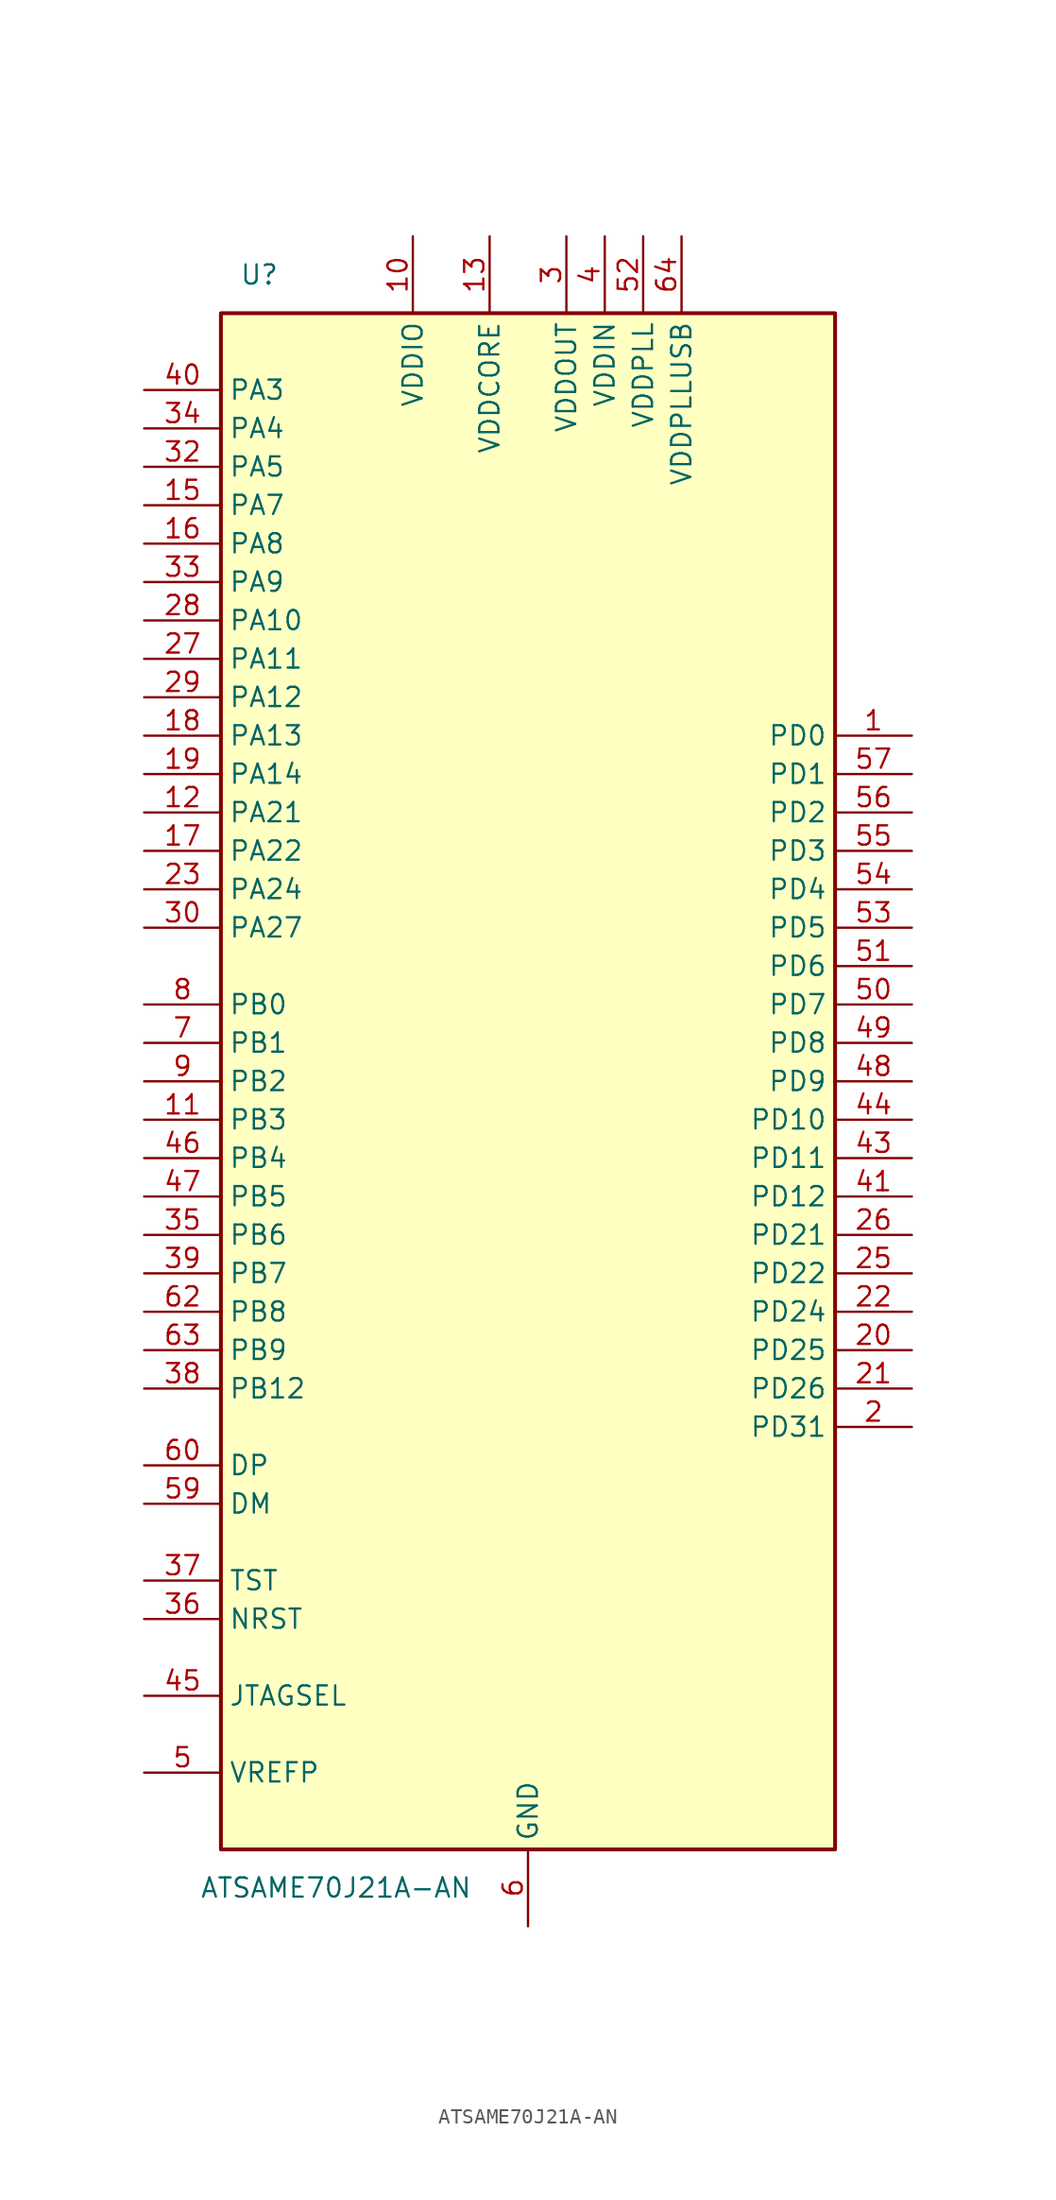
<source format=kicad_sym>
(kicad_symbol_lib
  (version 20241209)
  (generator "kicad_symbol_editor")
  (generator_version "9.0")
  (symbol "ATSAME70J21A-AN"
    (property "Reference" "U"
      (at -17.78 53.34 0)
      (effects (font (size 1.27 1.27))))
    (property "Value" "ATSAME70J21A-AN"
      (at -12.7 -53.34 0)
      (effects (font (size 1.27 1.27))))
    (symbol "ATSAME70J21A-AN_0_1"
      (rectangle (start -20.32 50.8) (end 20.32 -50.8) (stroke (width 0.254) (type default)) (fill (type background))))
    (symbol "ATSAME70J21A-AN_1_0"
      (pin power_in line (at 10.16 55.88 270) (length 5.08) (name "VDDPLLUSB" (effects (font (size 1.27 1.27)))) (number "64" (effects (font (size 1.27 1.27))))))
    (symbol "ATSAME70J21A-AN_1_1"
      (pin bidirectional line (at -25.4 45.72 0) (length 5.08) (name "PA3" (effects (font (size 1.27 1.27)))) (number "40" (effects (font (size 1.27 1.27)))))
      (pin bidirectional line (at -25.4 43.18 0) (length 5.08) (name "PA4" (effects (font (size 1.27 1.27)))) (number "34" (effects (font (size 1.27 1.27)))))
      (pin bidirectional line (at -25.4 40.64 0) (length 5.08) (name "PA5" (effects (font (size 1.27 1.27)))) (number "32" (effects (font (size 1.27 1.27)))))
      (pin bidirectional line (at -25.4 38.1 0) (length 5.08) (name "PA7" (effects (font (size 1.27 1.27)))) (number "15" (effects (font (size 1.27 1.27)))))
      (pin bidirectional line (at -25.4 35.56 0) (length 5.08) (name "PA8" (effects (font (size 1.27 1.27)))) (number "16" (effects (font (size 1.27 1.27)))))
      (pin bidirectional line (at -25.4 33.02 0) (length 5.08) (name "PA9" (effects (font (size 1.27 1.27)))) (number "33" (effects (font (size 1.27 1.27)))))
      (pin bidirectional line (at -25.4 30.48 0) (length 5.08) (name "PA10" (effects (font (size 1.27 1.27)))) (number "28" (effects (font (size 1.27 1.27)))))
      (pin bidirectional line (at -25.4 27.94 0) (length 5.08) (name "PA11" (effects (font (size 1.27 1.27)))) (number "27" (effects (font (size 1.27 1.27)))))
      (pin bidirectional line (at -25.4 25.4 0) (length 5.08) (name "PA12" (effects (font (size 1.27 1.27)))) (number "29" (effects (font (size 1.27 1.27)))))
      (pin bidirectional line (at -25.4 22.86 0) (length 5.08) (name "PA13" (effects (font (size 1.27 1.27)))) (number "18" (effects (font (size 1.27 1.27)))))
      (pin bidirectional line (at -25.4 20.32 0) (length 5.08) (name "PA14" (effects (font (size 1.27 1.27)))) (number "19" (effects (font (size 1.27 1.27)))))
      (pin bidirectional line (at -25.4 17.78 0) (length 5.08) (name "PA21" (effects (font (size 1.27 1.27)))) (number "12" (effects (font (size 1.27 1.27)))))
      (pin bidirectional line (at -25.4 15.24 0) (length 5.08) (name "PA22" (effects (font (size 1.27 1.27)))) (number "17" (effects (font (size 1.27 1.27)))))
      (pin bidirectional line (at -25.4 12.7 0) (length 5.08) (name "PA24" (effects (font (size 1.27 1.27)))) (number "23" (effects (font (size 1.27 1.27)))))
      (pin bidirectional line (at -25.4 10.16 0) (length 5.08) (name "PA27" (effects (font (size 1.27 1.27)))) (number "30" (effects (font (size 1.27 1.27)))))
      (pin bidirectional line (at -25.4 5.08 0) (length 5.08) (name "PB0" (effects (font (size 1.27 1.27)))) (number "8" (effects (font (size 1.27 1.27)))))
      (pin bidirectional line (at -25.4 2.54 0) (length 5.08) (name "PB1" (effects (font (size 1.27 1.27)))) (number "7" (effects (font (size 1.27 1.27)))))
      (pin bidirectional line (at -25.4 0 0) (length 5.08) (name "PB2" (effects (font (size 1.27 1.27)))) (number "9" (effects (font (size 1.27 1.27)))))
      (pin bidirectional line (at -25.4 -2.54 0) (length 5.08) (name "PB3" (effects (font (size 1.27 1.27)))) (number "11" (effects (font (size 1.27 1.27)))))
      (pin bidirectional line (at -25.4 -5.08 0) (length 5.08) (name "PB4" (effects (font (size 1.27 1.27)))) (number "46" (effects (font (size 1.27 1.27)))))
      (pin bidirectional line (at -25.4 -7.62 0) (length 5.08) (name "PB5" (effects (font (size 1.27 1.27)))) (number "47" (effects (font (size 1.27 1.27)))))
      (pin bidirectional line (at -25.4 -10.16 0) (length 5.08) (name "PB6" (effects (font (size 1.27 1.27)))) (number "35" (effects (font (size 1.27 1.27)))))
      (pin bidirectional line (at -25.4 -12.7 0) (length 5.08) (name "PB7" (effects (font (size 1.27 1.27)))) (number "39" (effects (font (size 1.27 1.27)))))
      (pin bidirectional line (at -25.4 -15.24 0) (length 5.08) (name "PB8" (effects (font (size 1.27 1.27)))) (number "62" (effects (font (size 1.27 1.27)))))
      (pin bidirectional line (at -25.4 -17.78 0) (length 5.08) (name "PB9" (effects (font (size 1.27 1.27)))) (number "63" (effects (font (size 1.27 1.27)))))
      (pin bidirectional line (at -25.4 -20.32 0) (length 5.08) (name "PB12" (effects (font (size 1.27 1.27)))) (number "38" (effects (font (size 1.27 1.27)))))
      (pin bidirectional line (at -25.4 -25.4 0) (length 5.08) (name "DP" (effects (font (size 1.27 1.27)))) (number "60" (effects (font (size 1.27 1.27)))))
      (pin bidirectional line (at -25.4 -27.94 0) (length 5.08) (name "DM" (effects (font (size 1.27 1.27)))) (number "59" (effects (font (size 1.27 1.27)))))
      (pin input line (at -25.4 -33.02 0) (length 5.08) (name "TST" (effects (font (size 1.27 1.27)))) (number "37" (effects (font (size 1.27 1.27)))))
      (pin bidirectional line (at -25.4 -35.56 0) (length 5.08) (name "NRST" (effects (font (size 1.27 1.27)))) (number "36" (effects (font (size 1.27 1.27)))))
      (pin input line (at -25.4 -40.64 0) (length 5.08) (name "JTAGSEL" (effects (font (size 1.27 1.27)))) (number "45" (effects (font (size 1.27 1.27)))))
      (pin input line (at -25.4 -45.72 0) (length 5.08) (name "VREFP" (effects (font (size 1.27 1.27)))) (number "5" (effects (font (size 1.27 1.27)))))
      (pin power_in line (at -7.62 55.88 270) (length 5.08) (name "VDDIO" (effects (font (size 1.27 1.27)))) (number "10" (effects (font (size 1.27 1.27)))))
      (pin passive line (at -7.62 55.88 270) (length 5.08) (hide yes) (name "VDDIO" (effects (font (size 1.27 1.27)))) (number "42" (effects (font (size 1.27 1.27)))))
      (pin passive line (at -7.62 55.88 270) (length 5.08) (hide yes) (name "VDDIO" (effects (font (size 1.27 1.27)))) (number "58" (effects (font (size 1.27 1.27)))))
      (pin power_in line (at -2.54 55.88 270) (length 5.08) (name "VDDCORE" (effects (font (size 1.27 1.27)))) (number "13" (effects (font (size 1.27 1.27)))))
      (pin passive line (at -2.54 55.88 270) (length 5.08) (hide yes) (name "VDDCORE" (effects (font (size 1.27 1.27)))) (number "24" (effects (font (size 1.27 1.27)))))
      (pin passive line (at -2.54 55.88 270) (length 5.08) (hide yes) (name "VDDCORE" (effects (font (size 1.27 1.27)))) (number "61" (effects (font (size 1.27 1.27)))))
      (pin passive line (at 0 -55.88 90) (length 5.08) (hide yes) (name "GND" (effects (font (size 1.27 1.27)))) (number "14" (effects (font (size 1.27 1.27)))))
      (pin passive line (at 0 -55.88 90) (length 5.08) (hide yes) (name "GND" (effects (font (size 1.27 1.27)))) (number "31" (effects (font (size 1.27 1.27)))))
      (pin power_in line (at 0 -55.88 90) (length 5.08) (name "GND" (effects (font (size 1.27 1.27)))) (number "6" (effects (font (size 1.27 1.27)))))
      (pin power_out line (at 2.54 55.88 270) (length 5.08) (name "VDDOUT" (effects (font (size 1.27 1.27)))) (number "3" (effects (font (size 1.27 1.27)))))
      (pin power_in line (at 5.08 55.88 270) (length 5.08) (name "VDDIN" (effects (font (size 1.27 1.27)))) (number "4" (effects (font (size 1.27 1.27)))))
      (pin power_in line (at 7.62 55.88 270) (length 5.08) (name "VDDPLL" (effects (font (size 1.27 1.27)))) (number "52" (effects (font (size 1.27 1.27)))))
      (pin bidirectional line (at 25.4 22.86 180) (length 5.08) (name "PD0" (effects (font (size 1.27 1.27)))) (number "1" (effects (font (size 1.27 1.27)))))
      (pin bidirectional line (at 25.4 20.32 180) (length 5.08) (name "PD1" (effects (font (size 1.27 1.27)))) (number "57" (effects (font (size 1.27 1.27)))))
      (pin bidirectional line (at 25.4 17.78 180) (length 5.08) (name "PD2" (effects (font (size 1.27 1.27)))) (number "56" (effects (font (size 1.27 1.27)))))
      (pin bidirectional line (at 25.4 15.24 180) (length 5.08) (name "PD3" (effects (font (size 1.27 1.27)))) (number "55" (effects (font (size 1.27 1.27)))))
      (pin bidirectional line (at 25.4 12.7 180) (length 5.08) (name "PD4" (effects (font (size 1.27 1.27)))) (number "54" (effects (font (size 1.27 1.27)))))
      (pin bidirectional line (at 25.4 10.16 180) (length 5.08) (name "PD5" (effects (font (size 1.27 1.27)))) (number "53" (effects (font (size 1.27 1.27)))))
      (pin bidirectional line (at 25.4 7.62 180) (length 5.08) (name "PD6" (effects (font (size 1.27 1.27)))) (number "51" (effects (font (size 1.27 1.27)))))
      (pin bidirectional line (at 25.4 5.08 180) (length 5.08) (name "PD7" (effects (font (size 1.27 1.27)))) (number "50" (effects (font (size 1.27 1.27)))))
      (pin bidirectional line (at 25.4 2.54 180) (length 5.08) (name "PD8" (effects (font (size 1.27 1.27)))) (number "49" (effects (font (size 1.27 1.27)))))
      (pin bidirectional line (at 25.4 0 180) (length 5.08) (name "PD9" (effects (font (size 1.27 1.27)))) (number "48" (effects (font (size 1.27 1.27)))))
      (pin bidirectional line (at 25.4 -2.54 180) (length 5.08) (name "PD10" (effects (font (size 1.27 1.27)))) (number "44" (effects (font (size 1.27 1.27)))))
      (pin bidirectional line (at 25.4 -5.08 180) (length 5.08) (name "PD11" (effects (font (size 1.27 1.27)))) (number "43" (effects (font (size 1.27 1.27)))))
      (pin bidirectional line (at 25.4 -7.62 180) (length 5.08) (name "PD12" (effects (font (size 1.27 1.27)))) (number "41" (effects (font (size 1.27 1.27)))))
      (pin bidirectional line (at 25.4 -10.16 180) (length 5.08) (name "PD21" (effects (font (size 1.27 1.27)))) (number "26" (effects (font (size 1.27 1.27)))))
      (pin bidirectional line (at 25.4 -12.7 180) (length 5.08) (name "PD22" (effects (font (size 1.27 1.27)))) (number "25" (effects (font (size 1.27 1.27)))))
      (pin bidirectional line (at 25.4 -15.24 180) (length 5.08) (name "PD24" (effects (font (size 1.27 1.27)))) (number "22" (effects (font (size 1.27 1.27)))))
      (pin bidirectional line (at 25.4 -17.78 180) (length 5.08) (name "PD25" (effects (font (size 1.27 1.27)))) (number "20" (effects (font (size 1.27 1.27)))))
      (pin bidirectional line (at 25.4 -20.32 180) (length 5.08) (name "PD26" (effects (font (size 1.27 1.27)))) (number "21" (effects (font (size 1.27 1.27)))))
      (pin bidirectional line (at 25.4 -22.86 180) (length 5.08) (name "PD31" (effects (font (size 1.27 1.27)))) (number "2" (effects (font (size 1.27 1.27))))))))
</source>
